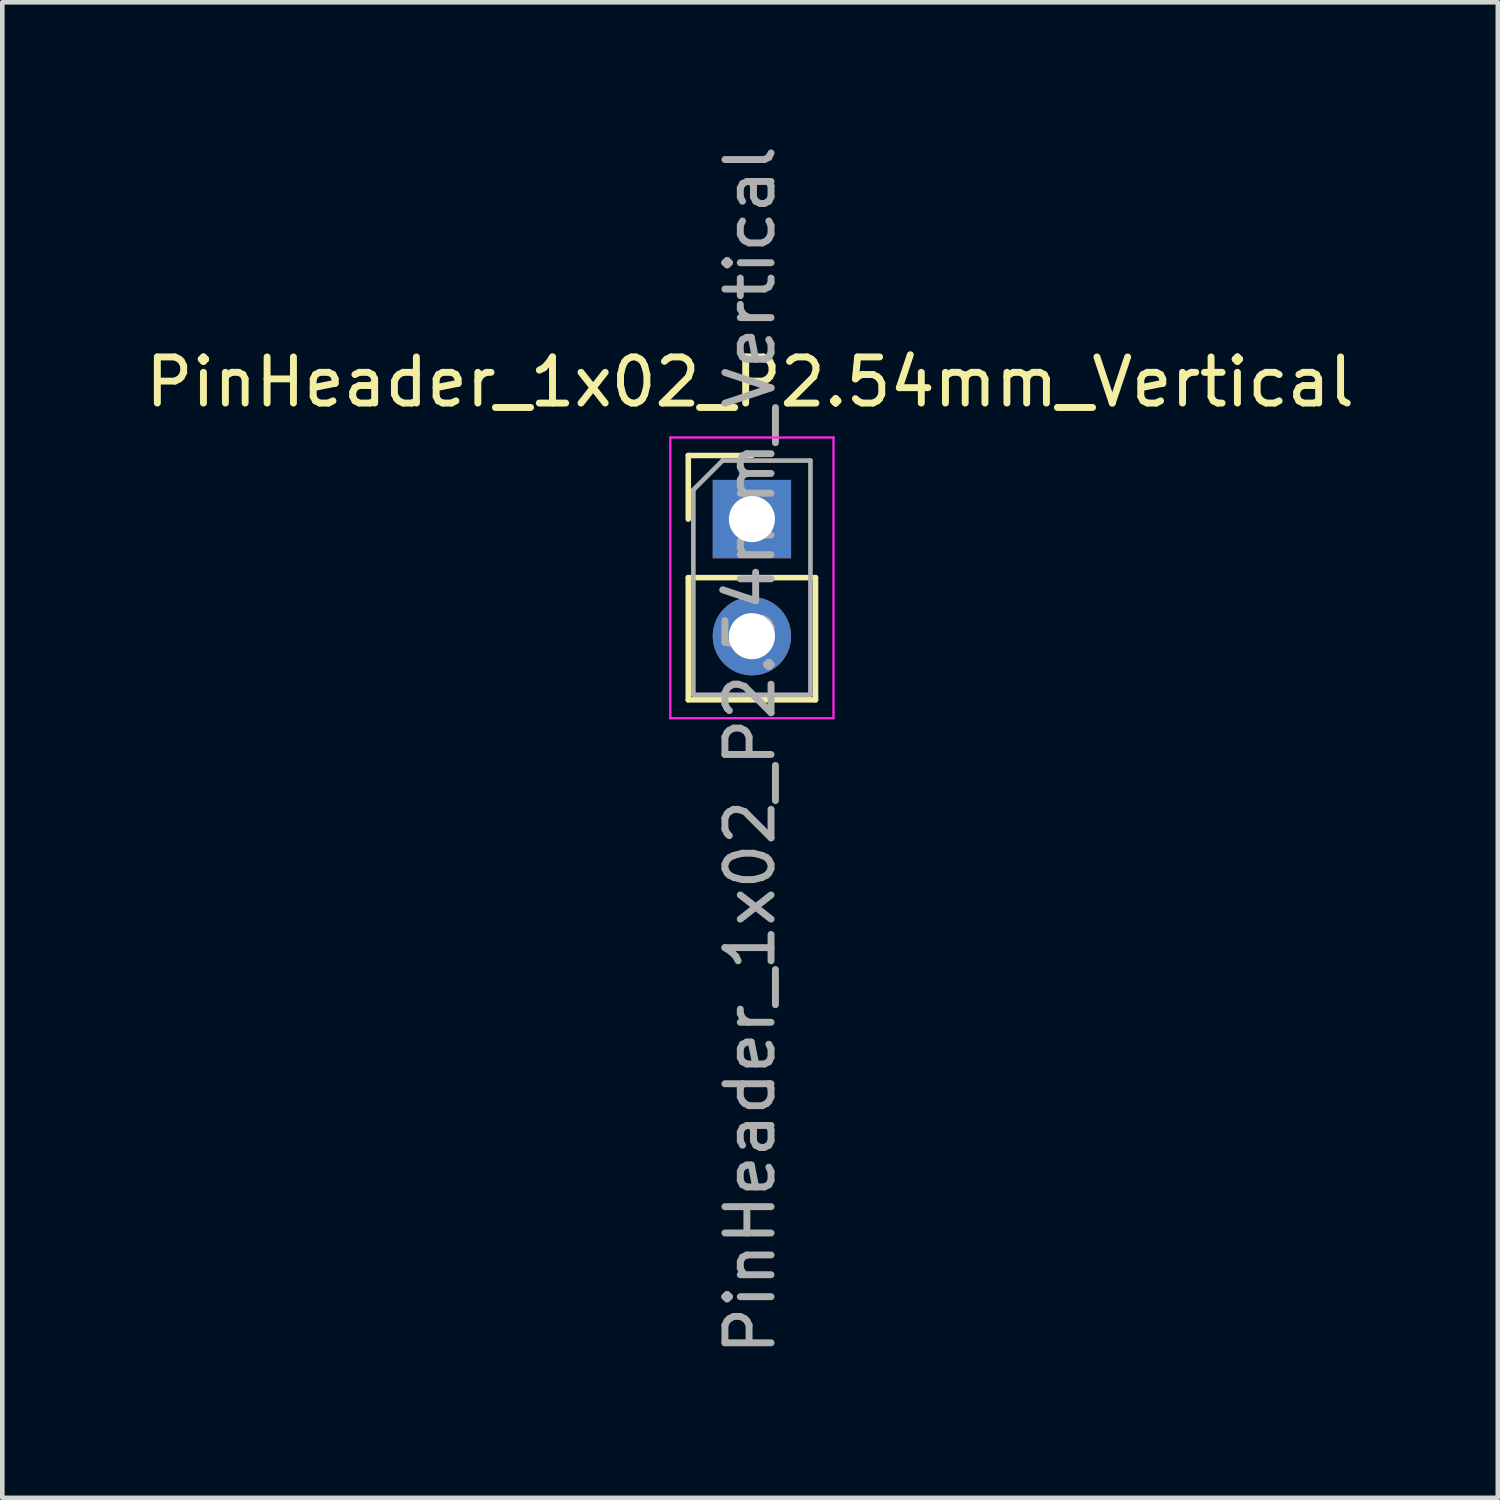
<source format=kicad_pcb>
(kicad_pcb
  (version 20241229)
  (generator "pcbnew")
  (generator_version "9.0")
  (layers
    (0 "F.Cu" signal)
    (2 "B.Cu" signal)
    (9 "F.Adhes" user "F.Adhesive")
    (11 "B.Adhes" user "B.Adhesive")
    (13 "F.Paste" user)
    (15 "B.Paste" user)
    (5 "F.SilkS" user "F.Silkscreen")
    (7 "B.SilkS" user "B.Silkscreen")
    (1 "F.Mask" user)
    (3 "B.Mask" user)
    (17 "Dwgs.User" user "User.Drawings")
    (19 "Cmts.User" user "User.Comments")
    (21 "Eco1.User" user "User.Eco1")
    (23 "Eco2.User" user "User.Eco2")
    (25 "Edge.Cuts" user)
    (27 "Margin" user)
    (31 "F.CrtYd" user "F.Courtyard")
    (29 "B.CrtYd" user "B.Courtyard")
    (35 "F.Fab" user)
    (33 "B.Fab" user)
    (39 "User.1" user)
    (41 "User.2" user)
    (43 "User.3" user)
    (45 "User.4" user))
  (footprint "PinHeader_1x02_P2.54mm_Vertical"
    (layer "F.Cu")
    (at 13.26 8.21)
    (property "Reference" "PinHeader_1x02_P2.54mm_Vertical" (at -0.04 -2.972 180) (layer "F.SilkS") (effects (font (size 1 1) (thickness 0.15))))
    (attr through_hole)
    (fp_line (start -1.38 -1.38) (end 0 -1.38) (stroke (width 0.12) (type solid)) (layer "F.SilkS"))
    (fp_line (start -1.38 0) (end -1.38 -1.38) (stroke (width 0.12) (type solid)) (layer "F.SilkS"))
    (fp_line (start -1.38 1.27) (end -1.38 3.92) (stroke (width 0.12) (type solid)) (layer "F.SilkS"))
    (fp_line (start -1.38 1.27) (end 1.38 1.27) (stroke (width 0.12) (type solid)) (layer "F.SilkS"))
    (fp_line (start -1.38 3.92) (end 1.38 3.92) (stroke (width 0.12) (type solid)) (layer "F.SilkS"))
    (fp_line (start 1.38 1.27) (end 1.38 3.92) (stroke (width 0.12) (type solid)) (layer "F.SilkS"))
    (fp_line (start -1.77 -1.77) (end -1.77 4.32) (stroke (width 0.05) (type solid)) (layer "F.CrtYd"))
    (fp_line (start -1.77 4.32) (end 1.77 4.32) (stroke (width 0.05) (type solid)) (layer "F.CrtYd"))
    (fp_line (start 1.77 -1.77) (end -1.77 -1.77) (stroke (width 0.05) (type solid)) (layer "F.CrtYd"))
    (fp_line (start 1.77 4.32) (end 1.77 -1.77) (stroke (width 0.05) (type solid)) (layer "F.CrtYd"))
    (fp_line (start -1.27 -0.635) (end -0.635 -1.27) (stroke (width 0.1) (type solid)) (layer "F.Fab"))
    (fp_line (start -1.27 3.81) (end -1.27 -0.635) (stroke (width 0.1) (type solid)) (layer "F.Fab"))
    (fp_line (start -0.635 -1.27) (end 1.27 -1.27) (stroke (width 0.1) (type solid)) (layer "F.Fab"))
    (fp_line (start 1.27 -1.27) (end 1.27 3.81) (stroke (width 0.1) (type solid)) (layer "F.Fab"))
    (fp_line (start 1.27 3.81) (end -1.27 3.81) (stroke (width 0.1) (type solid)) (layer "F.Fab"))
    (fp_text user "${REFERENCE}" (at -0.04 5.01 270) (layer "F.Fab") (effects (font (size 1 1) (thickness 0.15))))
    (pad "1" thru_hole rect (at 0 0) (size 1.7 1.7) (drill 1) (layers "*.Cu" "*.Mask"))
    (pad "2" thru_hole circle (at 0 2.54) (size 1.7 1.7) (drill 1) (layers "*.Cu" "*.Mask")))
  (gr_rect
    (start -3 -3)
    (end 29.44 29.44)
    (stroke (width 0.1) (type default))
    (fill no)
    (layer "Edge.Cuts")))
</source>
